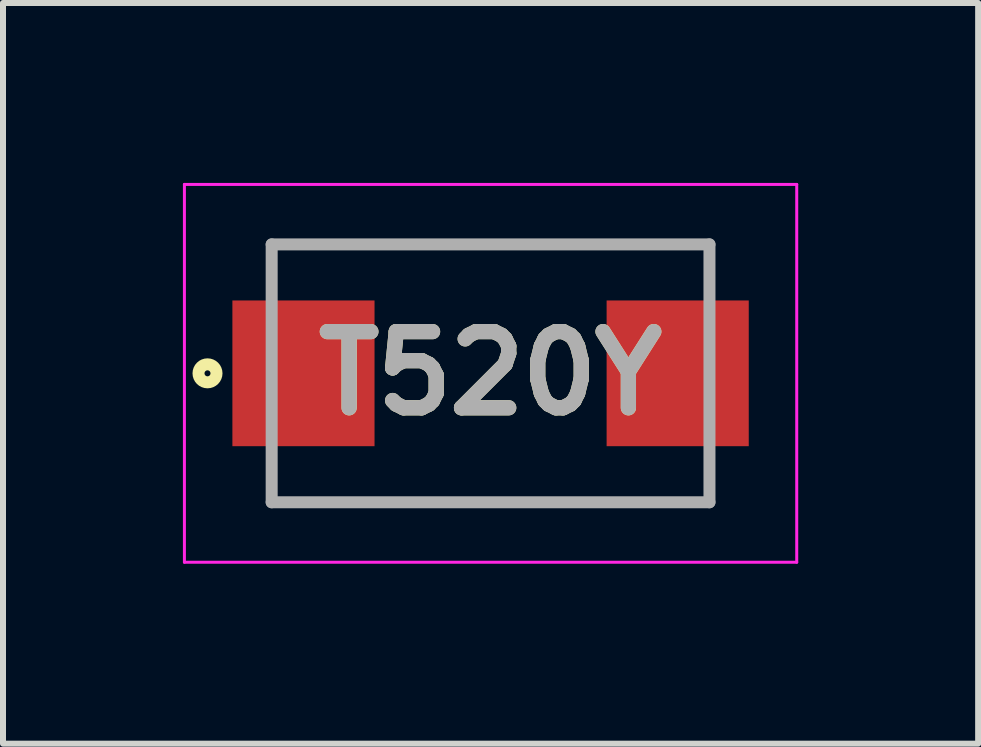
<source format=kicad_pcb>
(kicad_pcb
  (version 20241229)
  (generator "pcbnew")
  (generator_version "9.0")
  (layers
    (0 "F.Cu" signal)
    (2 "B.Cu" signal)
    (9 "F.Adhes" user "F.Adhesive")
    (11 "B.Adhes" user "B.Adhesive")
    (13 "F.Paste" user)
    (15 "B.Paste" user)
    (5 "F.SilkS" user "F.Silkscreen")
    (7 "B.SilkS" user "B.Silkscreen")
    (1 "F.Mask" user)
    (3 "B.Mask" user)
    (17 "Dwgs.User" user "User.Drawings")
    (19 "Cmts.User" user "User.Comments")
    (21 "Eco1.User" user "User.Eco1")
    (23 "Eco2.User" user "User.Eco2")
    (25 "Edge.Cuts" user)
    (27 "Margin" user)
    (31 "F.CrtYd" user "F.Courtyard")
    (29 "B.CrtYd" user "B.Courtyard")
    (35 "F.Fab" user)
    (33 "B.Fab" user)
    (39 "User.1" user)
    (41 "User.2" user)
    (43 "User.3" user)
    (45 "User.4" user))
  (footprint "T520Y"
    (layer "F.Cu")
    (at 5.13 3.175)
    (property "Reference" "T520Y" (at 0 0 0) (layer "F.SilkS") (effects (font (size 1.27 1.27) (thickness 0.254))))
    (attr smd)
    (fp_line (start -3.65 -2.15) (end 3.65 -2.15) (stroke (width 0.1) (type solid)) (layer "F.SilkS"))
    (fp_line (start 3.65 2.15) (end -3.65 2.15) (stroke (width 0.1) (type solid)) (layer "F.SilkS"))
    (fp_circle (center -4.72 0) (end -4.72 0.05) (stroke (width 0.2) (type solid)) (fill no) (layer "F.SilkS"))
    (fp_line (start -5.105 -3.15) (end 5.105 -3.15) (stroke (width 0.05) (type solid)) (layer "F.CrtYd"))
    (fp_line (start -5.105 3.15) (end -5.105 -3.15) (stroke (width 0.05) (type solid)) (layer "F.CrtYd"))
    (fp_line (start 5.105 -3.15) (end 5.105 3.15) (stroke (width 0.05) (type solid)) (layer "F.CrtYd"))
    (fp_line (start 5.105 3.15) (end -5.105 3.15) (stroke (width 0.05) (type solid)) (layer "F.CrtYd"))
    (fp_line (start -3.65 -2.15) (end 3.65 -2.15) (stroke (width 0.2) (type solid)) (layer "F.Fab"))
    (fp_line (start -3.65 2.15) (end -3.65 -2.15) (stroke (width 0.2) (type solid)) (layer "F.Fab"))
    (fp_line (start 3.65 -2.15) (end 3.65 2.15) (stroke (width 0.2) (type solid)) (layer "F.Fab"))
    (fp_line (start 3.65 2.15) (end -3.65 2.15) (stroke (width 0.2) (type solid)) (layer "F.Fab"))
    (fp_text user "${REFERENCE}" (at 0 0 0) (layer "F.Fab") (effects (font (size 1.27 1.27) (thickness 0.254))))
    (pad "1" smd rect (at -3.12 0) (size 2.37 2.43) (layers "F.Cu" "F.Mask" "F.Paste"))
    (pad "2" smd rect (at 3.12 0) (size 2.37 2.43) (layers "F.Cu" "F.Mask" "F.Paste")))
  (gr_rect
    (start -3 -3)
    (end 13.26 9.35)
    (stroke (width 0.1) (type default))
    (fill no)
    (layer "Edge.Cuts")))
</source>
